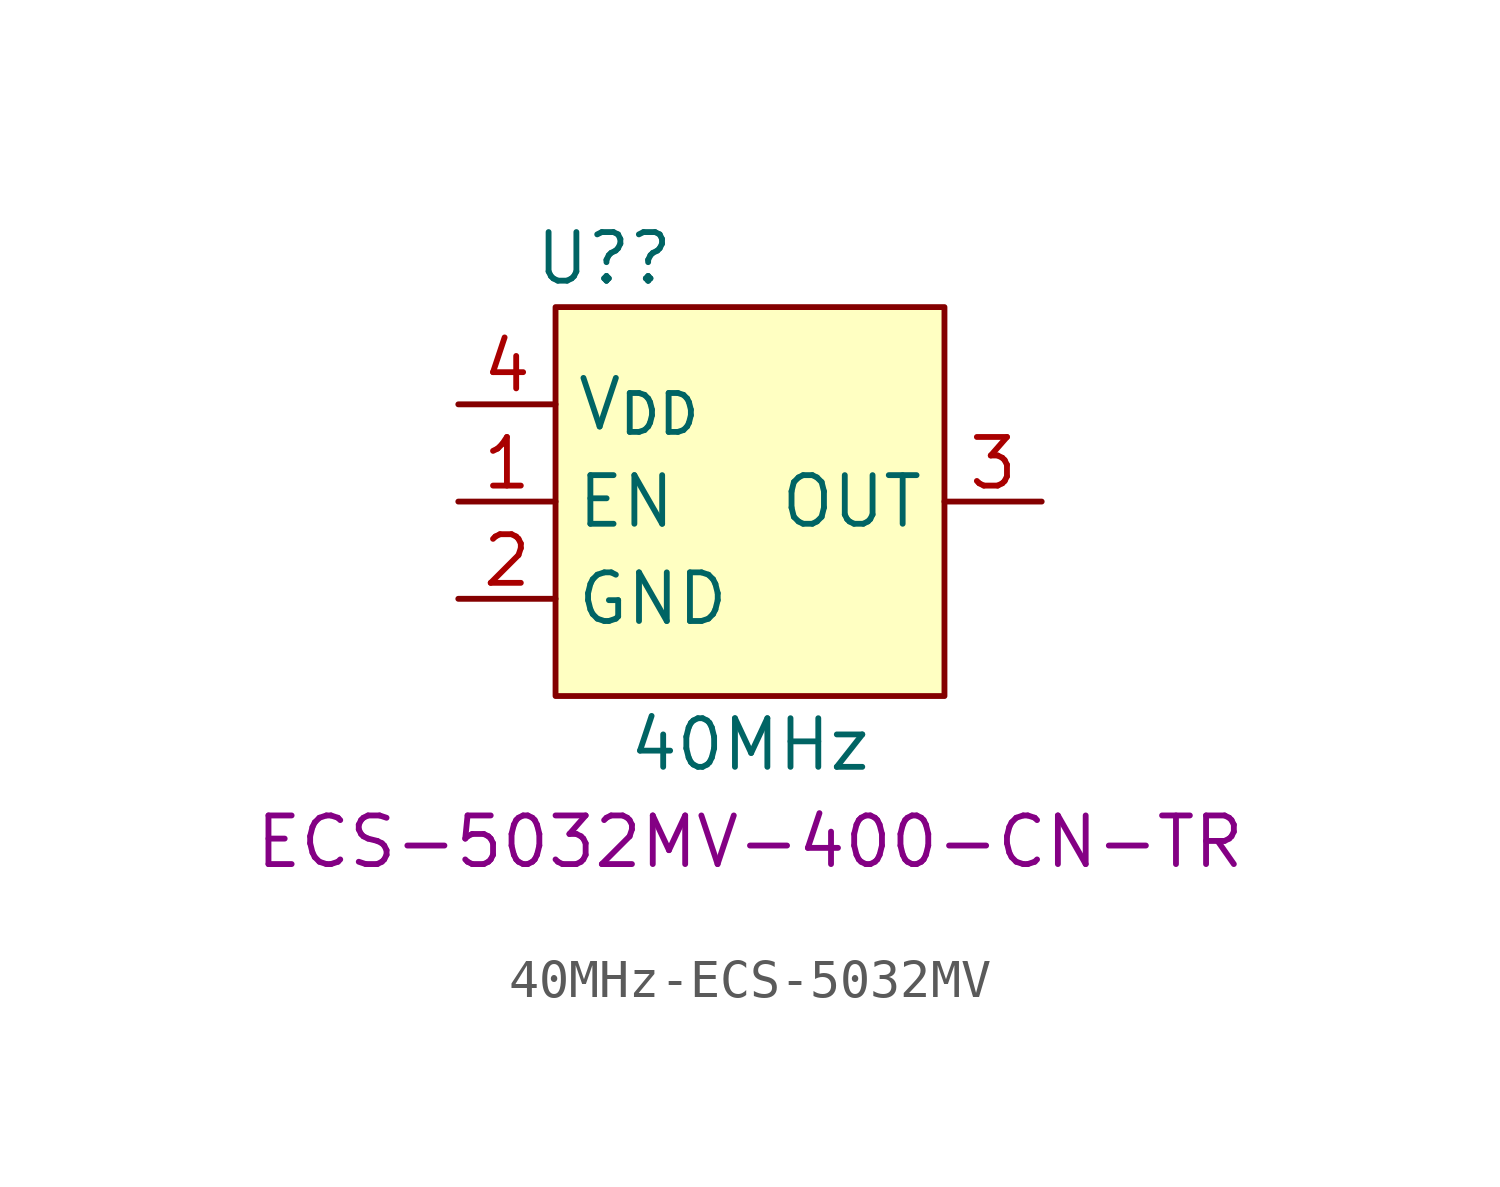
<source format=kicad_sym>
(kicad_symbol_lib
  (version 20231120)
  (generator "kicad_symbol_editor")
  (generator_version "8.0")
  (symbol "40MHz-ECS-5032MV"
    (property "Reference" "U?"
      (at 1.27 1.27 0)
      (effects (font (size 1.27 1.27))))
    (property "Value" "40MHz"
      (at 5.08 -11.43 0)
      (effects (font (size 1.27 1.27))))
    (property "MFG P/N" "ECS-5032MV-400-CN-TR"
      (at 5.08 -13.97 0)
      (effects (font (size 1.27 1.27))))
    (symbol "40MHz-ECS-5032MV_0_0"
      (pin output line (at 12.7 -5.08 180) (length 2.54) (name "OUT" (effects (font (size 1.27 1.27)))) (number "3" (effects (font (size 1.27 1.27)))))
      (pin power_in line (at -2.54 -2.54 0) (length 2.54) (name "V_{DD}" (effects (font (size 1.27 1.27)))) (number "4" (effects (font (size 1.27 1.27))))))
    (symbol "40MHz-ECS-5032MV_0_1"
      (rectangle (start 0 0) (end 10.16 -10.16) (stroke (width 0) (type default)) (fill (type background))))
    (symbol "40MHz-ECS-5032MV_1_1"
      (pin input line (at -2.54 -5.08 0) (length 2.54) (name "EN" (effects (font (size 1.27 1.27)))) (number "1" (effects (font (size 1.27 1.27)))))
      (pin passive line (at -2.54 -7.62 0) (length 2.54) (name "GND" (effects (font (size 1.27 1.27)))) (number "2" (effects (font (size 1.27 1.27))))))))
</source>
